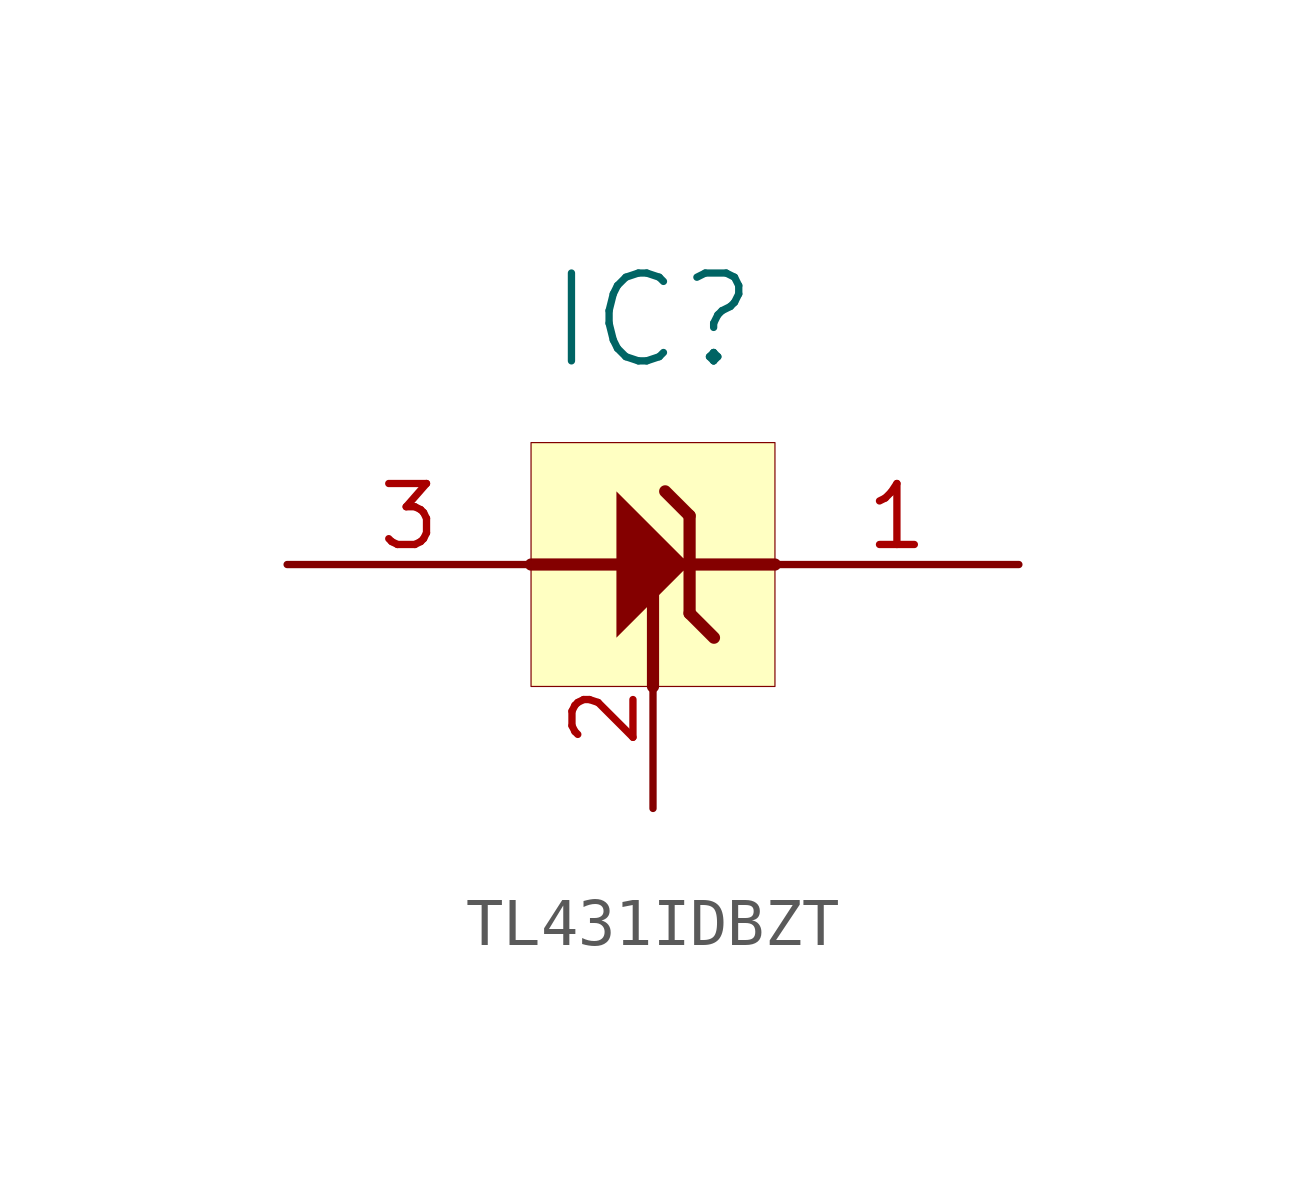
<source format=kicad_sym>
(kicad_symbol_lib
  (version 20231120)
  (generator "kicad_symbol_editor")
  (generator_version "8.0")
  (symbol "TL431IDBZT"
    (property "Reference" "IC"
      (at 2.54 2.54 0)
      (effects (font (size 1.829 1.829))))
    (property "Device" "TL431IDBZT"
      (at -5.588 0 0)
      (effects (font (size 2.184 2.184)) (justify left bottom) (hide yes)))
    (symbol "TL431IDBZT_1_0"
      (polyline (pts (xy 0 -2.54) (xy 5.08 -2.54)) (stroke (width 0.254) (type solid)) (fill (type none)))
      (polyline (pts (xy 2.54 -2.54) (xy 2.54 -5.08)) (stroke (width 0.254) (type solid)) (fill (type none)))
      (polyline (pts (xy 3.302 -1.524) (xy 2.794 -1.016)) (stroke (width 0.254) (type solid)) (fill (type none)))
      (polyline (pts (xy 3.302 -1.524) (xy 3.302 -3.556)) (stroke (width 0.254) (type solid)) (fill (type none)))
      (polyline (pts (xy 3.81 -4.064) (xy 3.302 -3.556)) (stroke (width 0.254) (type solid)) (fill (type none)))
      (polyline (pts (xy 1.778 -4.064) (xy 3.302 -2.54) (xy 1.778 -1.016) (xy 1.778 -4.064)) (stroke (width -0.0001) (type solid)) (fill (type outline)))
      (rectangle (start 5.08 0) (end 0 -5.08) (stroke (width 0.025) (type solid) (color 128 0 0 1)) (fill (type background)))
      (pin passive line (at 10.16 -2.54 180) (length 5.08) (name "C" (effects (font (size 0 0)))) (number "1" (effects (font (size 1.27 1.27)))))
      (pin passive line (at 2.54 -7.62 90) (length 3.81) (name "Adj" (effects (font (size 0 0)))) (number "2" (effects (font (size 1.27 1.27)))))
      (pin passive line (at -5.08 -2.54 0) (length 5.08) (name "A" (effects (font (size 0 0)))) (number "3" (effects (font (size 1.27 1.27))))))))
</source>
